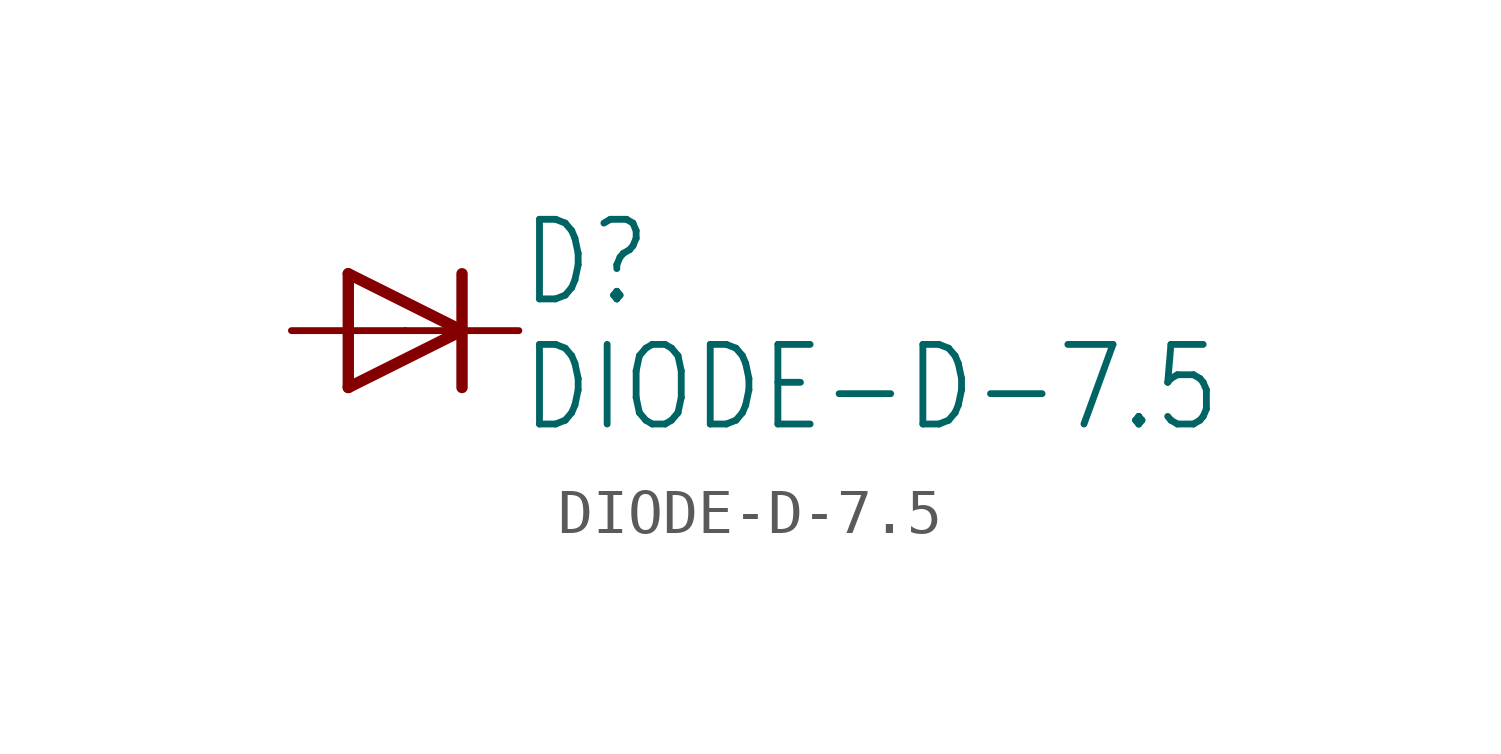
<source format=kicad_sym>
(kicad_symbol_lib
  (version 20211014)
  (generator kicad_symbol_editor)
  (symbol "DIODE-D-7.5"
    (property "Reference" "D"
      (at 2.54 0.483 0)
      (effects (font (size 1.778 1.511)) (justify left bottom)))
    (property "Value" "DIODE-D-7.5"
      (at 2.54 -2.311 0)
      (effects (font (size 1.778 1.511)) (justify left bottom)))
    (property "ki_locked" ""
      (at 0 0 0)
      (effects (font (size 1.27 1.27))))
    (symbol "DIODE-D-7.5_1_0"
      (polyline (pts (xy -1.27 -1.27) (xy 1.27 0)) (stroke (width 0.254) (type default) (color 0 0 0 0)) (fill (type none)))
      (polyline (pts (xy -1.27 1.27) (xy -1.27 -1.27)) (stroke (width 0.254) (type default) (color 0 0 0 0)) (fill (type none)))
      (polyline (pts (xy 1.27 0) (xy -1.27 1.27)) (stroke (width 0.254) (type default) (color 0 0 0 0)) (fill (type none)))
      (polyline (pts (xy 1.27 0) (xy 1.27 -1.27)) (stroke (width 0.254) (type default) (color 0 0 0 0)) (fill (type none)))
      (polyline (pts (xy 1.27 1.27) (xy 1.27 0)) (stroke (width 0.254) (type default) (color 0 0 0 0)) (fill (type none)))
      (pin passive line (at -2.54 0 0) (length 2.54) (name "A" (effects (font (size 0 0)))) (number "A" (effects (font (size 0 0)))))
      (pin passive line (at 2.54 0 180) (length 2.54) (name "C" (effects (font (size 0 0)))) (number "C" (effects (font (size 0 0))))))))
</source>
